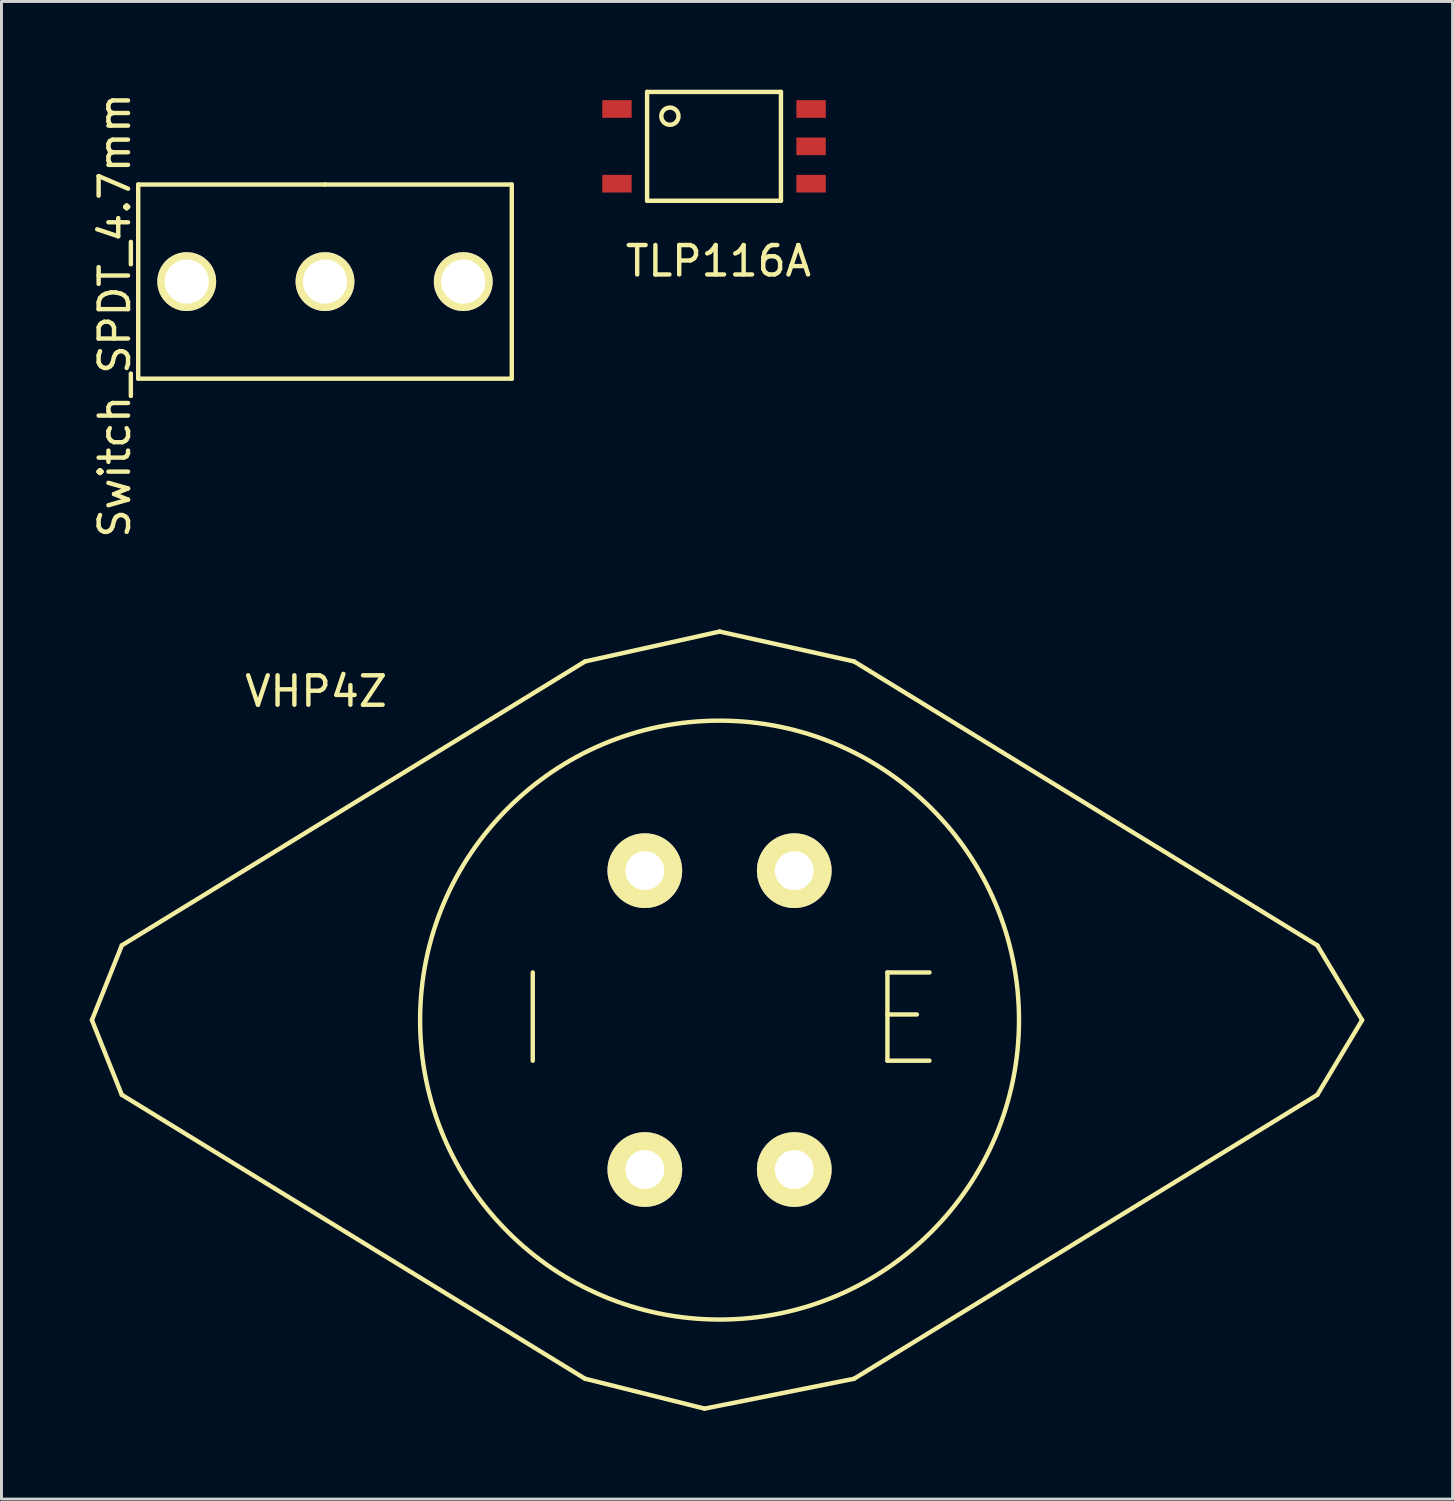
<source format=kicad_pcb>
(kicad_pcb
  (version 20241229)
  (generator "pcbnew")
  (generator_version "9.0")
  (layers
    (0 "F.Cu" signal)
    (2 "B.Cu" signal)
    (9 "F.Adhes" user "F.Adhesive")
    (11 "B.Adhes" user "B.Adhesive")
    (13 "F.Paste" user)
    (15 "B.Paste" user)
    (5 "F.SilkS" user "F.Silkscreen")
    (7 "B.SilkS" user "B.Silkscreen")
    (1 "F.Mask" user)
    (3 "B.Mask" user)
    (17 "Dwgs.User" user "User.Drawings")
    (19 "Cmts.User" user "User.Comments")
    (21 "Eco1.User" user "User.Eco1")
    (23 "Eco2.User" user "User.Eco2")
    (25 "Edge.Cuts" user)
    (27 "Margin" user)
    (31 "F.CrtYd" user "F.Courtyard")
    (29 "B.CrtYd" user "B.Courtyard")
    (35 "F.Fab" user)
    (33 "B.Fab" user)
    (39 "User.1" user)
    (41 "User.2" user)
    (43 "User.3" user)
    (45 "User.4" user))
  (footprint "Switch_SPDT_4.7mm"
    (layer "F.Cu")
    (at 7.998 6.523)
    (property "Reference" "Switch_SPDT_4.7mm" (at -7.15 1.15 90) (layer "F.SilkS") (effects (font (size 1 1) (thickness 0.15))))
    (attr through_hole)
    (fp_line (start -6.35 -3.3) (end 0 -3.3) (stroke (width 0.15) (type solid)) (layer "F.SilkS"))
    (fp_line (start -6.35 3.3) (end -6.35 -3.3) (stroke (width 0.15) (type solid)) (layer "F.SilkS"))
    (fp_line (start 0 -3.3) (end 6.35 -3.3) (stroke (width 0.15) (type solid)) (layer "F.SilkS"))
    (fp_line (start 6.35 -3.3) (end 6.35 3.3) (stroke (width 0.15) (type solid)) (layer "F.SilkS"))
    (fp_line (start 6.35 3.3) (end -6.35 3.3) (stroke (width 0.15) (type solid)) (layer "F.SilkS"))
    (pad "1" thru_hole circle (at -4.7 0) (size 2 2) (drill 1.5) (layers "*.Cu" "*.Mask" "F.SilkS"))
    (pad "2" thru_hole circle (at 0 0) (size 2 2) (drill 1.5) (layers "*.Cu" "*.Mask" "F.SilkS"))
    (pad "3" thru_hole circle (at 4.7 0) (size 2 2) (drill 1.5) (layers "*.Cu" "*.Mask" "F.SilkS")))
  (footprint "TLP116A"
    (layer "F.Cu")
    (at 21.223 1.925)
    (property "Reference" "TLP116A" (at 0.15 3.9 0) (layer "F.SilkS") (effects (font (size 1 1) (thickness 0.15))))
    (attr through_hole)
    (fp_line (start -2.275 -1.85) (end 2.275 -1.85) (stroke (width 0.15) (type solid)) (layer "F.SilkS"))
    (fp_line (start -2.275 1.85) (end -2.275 -1.85) (stroke (width 0.15) (type solid)) (layer "F.SilkS"))
    (fp_line (start -2.275 1.85) (end 2.275 1.85) (stroke (width 0.15) (type solid)) (layer "F.SilkS"))
    (fp_line (start 2.275 1.85) (end 2.275 -1.85) (stroke (width 0.15) (type solid)) (layer "F.SilkS"))
    (fp_circle (center -1.5 -1.025) (end -1.4 -0.75) (stroke (width 0.15) (type solid)) (fill no) (layer "F.SilkS"))
    (pad "1" smd rect (at -3.3 -1.27) (size 1 0.6) (layers "F.Cu" "F.Mask" "F.Paste"))
    (pad "3" smd rect (at -3.3 1.27) (size 1 0.6) (layers "F.Cu" "F.Mask" "F.Paste"))
    (pad "4" smd rect (at 3.3 1.27) (size 1 0.6) (layers "F.Cu" "F.Mask" "F.Paste"))
    (pad "5" smd rect (at 3.3 0) (size 1 0.6) (layers "F.Cu" "F.Mask" "F.Paste"))
    (pad "6" smd rect (at 3.3 -1.27) (size 1 0.6) (layers "F.Cu" "F.Mask" "F.Paste")))
  (footprint "VHP4Z"
    (layer "F.Cu")
    (at 18.871 26.548)
    (property "Reference" "VHP4Z" (at -11.176 -6.096 0) (layer "F.SilkS") (effects (font (size 1 1) (thickness 0.15))))
    (attr through_hole)
    (fp_line (start -18.796 5.08) (end -17.78 7.62) (stroke (width 0.15) (type solid)) (layer "F.SilkS"))
    (fp_line (start -17.78 2.54) (end -18.796 5.08) (stroke (width 0.15) (type solid)) (layer "F.SilkS"))
    (fp_line (start -2.032 -7.112) (end -17.78 2.54) (stroke (width 0.15) (type solid)) (layer "F.SilkS"))
    (fp_line (start -2.032 -7.112) (end 2.54 -8.128) (stroke (width 0.15) (type solid)) (layer "F.SilkS"))
    (fp_line (start -2.032 17.272) (end -17.78 7.62) (stroke (width 0.15) (type solid)) (layer "F.SilkS"))
    (fp_line (start 2.032 18.288) (end -2.032 17.272) (stroke (width 0.15) (type solid)) (layer "F.SilkS"))
    (fp_line (start 2.54 -8.128) (end 7.112 -7.112) (stroke (width 0.15) (type solid)) (layer "F.SilkS"))
    (fp_line (start 7.112 -7.112) (end 22.86 2.54) (stroke (width 0.15) (type solid)) (layer "F.SilkS"))
    (fp_line (start 7.112 17.272) (end 2.032 18.288) (stroke (width 0.15) (type solid)) (layer "F.SilkS"))
    (fp_line (start 7.112 17.272) (end 22.86 7.62) (stroke (width 0.15) (type solid)) (layer "F.SilkS"))
    (fp_line (start 22.86 2.54) (end 24.384 5.08) (stroke (width 0.15) (type solid)) (layer "F.SilkS"))
    (fp_line (start 24.384 5.08) (end 22.86 7.62) (stroke (width 0.15) (type solid)) (layer "F.SilkS"))
    (fp_circle (center 2.54 5.08) (end 12.7 5.715) (stroke (width 0.15) (type solid)) (fill no) (layer "F.SilkS"))
    (fp_text user "E" (at 8.89 5.08 0) (layer "F.SilkS") (effects (font (size 3 3) (thickness 0.15))))
    (fp_text user "I" (at -3.81 5.08 0) (layer "F.SilkS") (effects (font (size 3 3) (thickness 0.15))))
    (pad "1" thru_hole circle (at 0 0) (size 2.54 2.54) (drill 1.321) (layers "*.Cu" "*.Mask" "F.SilkS"))
    (pad "2" thru_hole circle (at 0 10.16) (size 2.54 2.54) (drill 1.321) (layers "*.Cu" "*.Mask" "F.SilkS"))
    (pad "3" thru_hole circle (at 5.08 0) (size 2.54 2.54) (drill 1.321) (layers "*.Cu" "*.Mask" "F.SilkS"))
    (pad "4" thru_hole circle (at 5.08 10.16) (size 2.54 2.54) (drill 1.321) (layers "*.Cu" "*.Mask" "F.SilkS")))
  (gr_rect
    (start -3 -3)
    (end 46.33 47.911)
    (stroke (width 0.1) (type default))
    (fill no)
    (layer "Edge.Cuts")))
</source>
